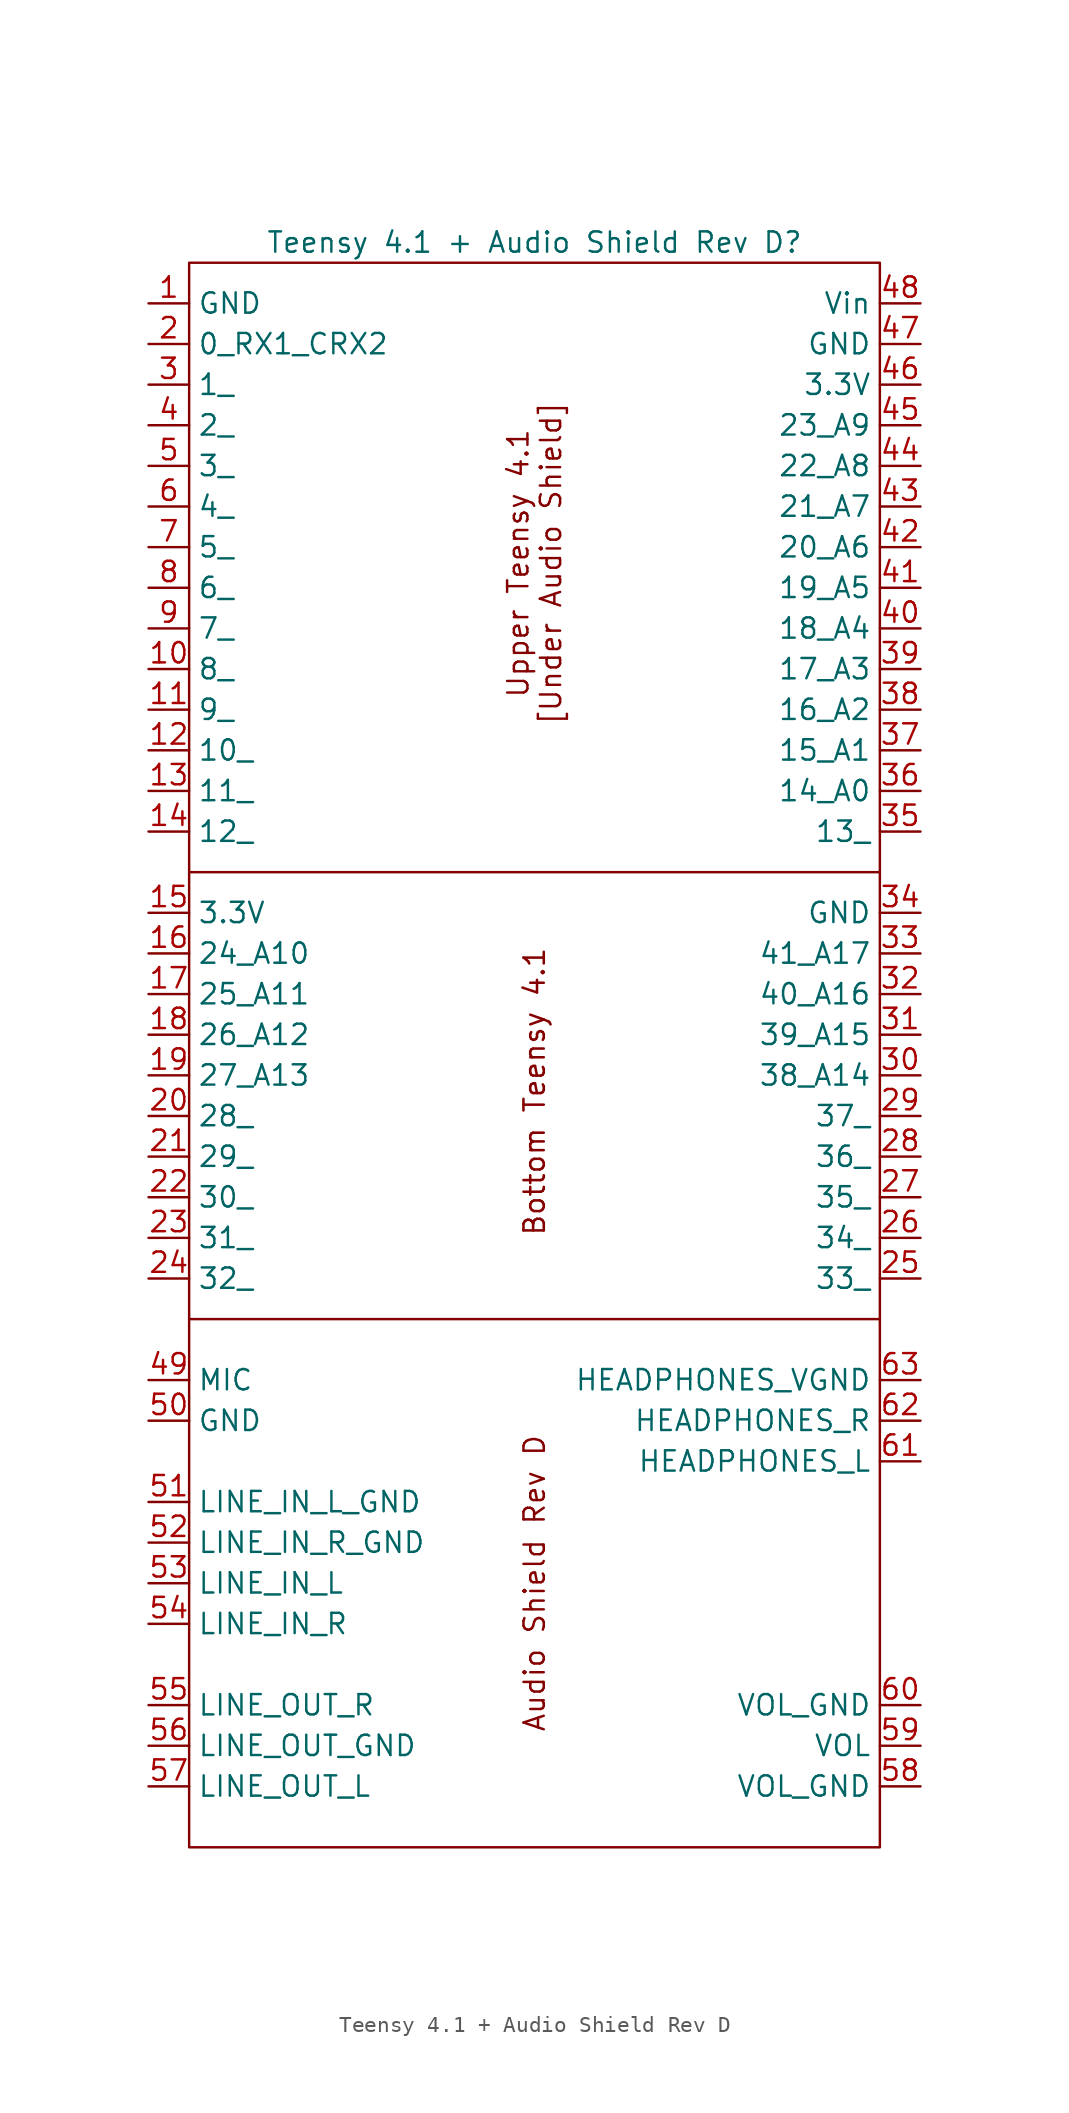
<source format=kicad_sym>
(kicad_symbol_lib
  (version 20241209)
  (generator "kicad_symbol_editor")
  (generator_version "9.0")
  (symbol "Teensy 4.1 + Audio Shield Rev D"
    (property "Reference" "Teensy 4.1 + Audio Shield Rev D"
      (at 0 50.8 0)
      (effects (font (size 1.27 1.27))))
    (property "Value" ""
      (at 0 19.05 0)
      (effects (font (size 1.27 1.27))))
    (symbol "Teensy 4.1 + Audio Shield Rev D_0_1"
      (rectangle (start -21.59 49.53) (end 21.59 -49.53) (stroke (width 0) (type default)) (fill (type none)))
      (polyline (pts (xy -21.59 11.43) (xy 21.59 11.43)) (stroke (width 0) (type default)) (fill (type none)))
      (polyline (pts (xy -21.59 -16.51) (xy 21.59 -16.51)) (stroke (width 0) (type default)) (fill (type none))))
    (symbol "Teensy 4.1 + Audio Shield Rev D_1_1"
      (text "Upper Teensy 4.1\n[Under Audio Shield]" (at 0 30.734 900) (effects (font (size 1.27 1.27))))
      (text "Bottom Teensy 4.1" (at 0 -2.286 900) (effects (font (size 1.27 1.27) (thickness 0.159))))
      (text "Audio Shield Rev D" (at 0 -33.02 900) (effects (font (size 1.27 1.27))))
      (pin power_in line (at -24.13 46.99 0) (length 2.54) (name "GND" (effects (font (size 1.27 1.27)))) (number "1" (effects (font (size 1.27 1.27)))))
      (pin bidirectional line (at -24.13 44.45 0) (length 2.54) (name "0_RX1_CRX2" (effects (font (size 1.27 1.27)))) (number "2" (effects (font (size 1.27 1.27)))))
      (pin bidirectional line (at -24.13 41.91 0) (length 2.54) (name "1_" (effects (font (size 1.27 1.27)))) (number "3" (effects (font (size 1.27 1.27)))))
      (pin bidirectional line (at -24.13 39.37 0) (length 2.54) (name "2_" (effects (font (size 1.27 1.27)))) (number "4" (effects (font (size 1.27 1.27)))))
      (pin bidirectional line (at -24.13 36.83 0) (length 2.54) (name "3_" (effects (font (size 1.27 1.27)))) (number "5" (effects (font (size 1.27 1.27)))))
      (pin bidirectional line (at -24.13 34.29 0) (length 2.54) (name "4_" (effects (font (size 1.27 1.27)))) (number "6" (effects (font (size 1.27 1.27)))))
      (pin bidirectional line (at -24.13 31.75 0) (length 2.54) (name "5_" (effects (font (size 1.27 1.27)))) (number "7" (effects (font (size 1.27 1.27)))))
      (pin bidirectional line (at -24.13 29.21 0) (length 2.54) (name "6_" (effects (font (size 1.27 1.27)))) (number "8" (effects (font (size 1.27 1.27)))))
      (pin bidirectional line (at -24.13 26.67 0) (length 2.54) (name "7_" (effects (font (size 1.27 1.27)))) (number "9" (effects (font (size 1.27 1.27)))))
      (pin bidirectional line (at -24.13 24.13 0) (length 2.54) (name "8_" (effects (font (size 1.27 1.27)))) (number "10" (effects (font (size 1.27 1.27)))))
      (pin bidirectional line (at -24.13 21.59 0) (length 2.54) (name "9_" (effects (font (size 1.27 1.27)))) (number "11" (effects (font (size 1.27 1.27)))))
      (pin bidirectional line (at -24.13 19.05 0) (length 2.54) (name "10_" (effects (font (size 1.27 1.27)))) (number "12" (effects (font (size 1.27 1.27)))))
      (pin bidirectional line (at -24.13 16.51 0) (length 2.54) (name "11_" (effects (font (size 1.27 1.27)))) (number "13" (effects (font (size 1.27 1.27)))))
      (pin bidirectional line (at -24.13 13.97 0) (length 2.54) (name "12_" (effects (font (size 1.27 1.27)))) (number "14" (effects (font (size 1.27 1.27)))))
      (pin power_in line (at -24.13 8.89 0) (length 2.54) (name "3.3V" (effects (font (size 1.27 1.27)))) (number "15" (effects (font (size 1.27 1.27)))))
      (pin bidirectional line (at -24.13 6.35 0) (length 2.54) (name "24_A10" (effects (font (size 1.27 1.27)))) (number "16" (effects (font (size 1.27 1.27)))))
      (pin bidirectional line (at -24.13 3.81 0) (length 2.54) (name "25_A11" (effects (font (size 1.27 1.27)))) (number "17" (effects (font (size 1.27 1.27)))))
      (pin bidirectional line (at -24.13 1.27 0) (length 2.54) (name "26_A12" (effects (font (size 1.27 1.27)))) (number "18" (effects (font (size 1.27 1.27)))))
      (pin bidirectional line (at -24.13 -1.27 0) (length 2.54) (name "27_A13" (effects (font (size 1.27 1.27)))) (number "19" (effects (font (size 1.27 1.27)))))
      (pin bidirectional line (at -24.13 -3.81 0) (length 2.54) (name "28_" (effects (font (size 1.27 1.27)))) (number "20" (effects (font (size 1.27 1.27)))))
      (pin bidirectional line (at -24.13 -6.35 0) (length 2.54) (name "29_" (effects (font (size 1.27 1.27)))) (number "21" (effects (font (size 1.27 1.27)))))
      (pin bidirectional line (at -24.13 -8.89 0) (length 2.54) (name "30_" (effects (font (size 1.27 1.27)))) (number "22" (effects (font (size 1.27 1.27)))))
      (pin bidirectional line (at -24.13 -11.43 0) (length 2.54) (name "31_" (effects (font (size 1.27 1.27)))) (number "23" (effects (font (size 1.27 1.27)))))
      (pin bidirectional line (at -24.13 -13.97 0) (length 2.54) (name "32_" (effects (font (size 1.27 1.27)))) (number "24" (effects (font (size 1.27 1.27)))))
      (pin bidirectional line (at -24.13 -20.32 0) (length 2.54) (name "MIC" (effects (font (size 1.27 1.27)))) (number "49" (effects (font (size 1.27 1.27)))))
      (pin power_in line (at -24.13 -22.86 0) (length 2.54) (name "GND" (effects (font (size 1.27 1.27)))) (number "50" (effects (font (size 1.27 1.27)))))
      (pin power_in line (at -24.13 -27.94 0) (length 2.54) (name "LINE_IN_L_GND" (effects (font (size 1.27 1.27)))) (number "51" (effects (font (size 1.27 1.27)))))
      (pin power_in line (at -24.13 -30.48 0) (length 2.54) (name "LINE_IN_R_GND" (effects (font (size 1.27 1.27)))) (number "52" (effects (font (size 1.27 1.27)))))
      (pin bidirectional line (at -24.13 -33.02 0) (length 2.54) (name "LINE_IN_L" (effects (font (size 1.27 1.27)))) (number "53" (effects (font (size 1.27 1.27)))))
      (pin bidirectional line (at -24.13 -35.56 0) (length 2.54) (name "LINE_IN_R" (effects (font (size 1.27 1.27)))) (number "54" (effects (font (size 1.27 1.27)))))
      (pin bidirectional line (at -24.13 -40.64 0) (length 2.54) (name "LINE_OUT_R" (effects (font (size 1.27 1.27)))) (number "55" (effects (font (size 1.27 1.27)))))
      (pin power_in line (at -24.13 -43.18 0) (length 2.54) (name "LINE_OUT_GND" (effects (font (size 1.27 1.27)))) (number "56" (effects (font (size 1.27 1.27)))))
      (pin bidirectional line (at -24.13 -45.72 0) (length 2.54) (name "LINE_OUT_L" (effects (font (size 1.27 1.27)))) (number "57" (effects (font (size 1.27 1.27)))))
      (pin power_in line (at 24.13 46.99 180) (length 2.54) (name "Vin" (effects (font (size 1.27 1.27)))) (number "48" (effects (font (size 1.27 1.27)))))
      (pin power_in line (at 24.13 44.45 180) (length 2.54) (name "GND" (effects (font (size 1.27 1.27)))) (number "47" (effects (font (size 1.27 1.27)))))
      (pin power_in line (at 24.13 41.91 180) (length 2.54) (name "3.3V" (effects (font (size 1.27 1.27)))) (number "46" (effects (font (size 1.27 1.27)))))
      (pin bidirectional line (at 24.13 39.37 180) (length 2.54) (name "23_A9" (effects (font (size 1.27 1.27)))) (number "45" (effects (font (size 1.27 1.27)))))
      (pin bidirectional line (at 24.13 36.83 180) (length 2.54) (name "22_A8" (effects (font (size 1.27 1.27)))) (number "44" (effects (font (size 1.27 1.27)))))
      (pin bidirectional line (at 24.13 34.29 180) (length 2.54) (name "21_A7" (effects (font (size 1.27 1.27)))) (number "43" (effects (font (size 1.27 1.27)))))
      (pin bidirectional line (at 24.13 31.75 180) (length 2.54) (name "20_A6" (effects (font (size 1.27 1.27)))) (number "42" (effects (font (size 1.27 1.27)))))
      (pin bidirectional line (at 24.13 29.21 180) (length 2.54) (name "19_A5" (effects (font (size 1.27 1.27)))) (number "41" (effects (font (size 1.27 1.27)))))
      (pin bidirectional line (at 24.13 26.67 180) (length 2.54) (name "18_A4" (effects (font (size 1.27 1.27)))) (number "40" (effects (font (size 1.27 1.27)))))
      (pin bidirectional line (at 24.13 24.13 180) (length 2.54) (name "17_A3" (effects (font (size 1.27 1.27)))) (number "39" (effects (font (size 1.27 1.27)))))
      (pin bidirectional line (at 24.13 21.59 180) (length 2.54) (name "16_A2" (effects (font (size 1.27 1.27)))) (number "38" (effects (font (size 1.27 1.27)))))
      (pin bidirectional line (at 24.13 19.05 180) (length 2.54) (name "15_A1" (effects (font (size 1.27 1.27)))) (number "37" (effects (font (size 1.27 1.27)))))
      (pin bidirectional line (at 24.13 16.51 180) (length 2.54) (name "14_A0" (effects (font (size 1.27 1.27)))) (number "36" (effects (font (size 1.27 1.27)))))
      (pin bidirectional line (at 24.13 13.97 180) (length 2.54) (name "13_" (effects (font (size 1.27 1.27)))) (number "35" (effects (font (size 1.27 1.27)))))
      (pin power_in line (at 24.13 8.89 180) (length 2.54) (name "GND" (effects (font (size 1.27 1.27)))) (number "34" (effects (font (size 1.27 1.27)))))
      (pin bidirectional line (at 24.13 6.35 180) (length 2.54) (name "41_A17" (effects (font (size 1.27 1.27)))) (number "33" (effects (font (size 1.27 1.27)))))
      (pin bidirectional line (at 24.13 3.81 180) (length 2.54) (name "40_A16" (effects (font (size 1.27 1.27)))) (number "32" (effects (font (size 1.27 1.27)))))
      (pin bidirectional line (at 24.13 1.27 180) (length 2.54) (name "39_A15" (effects (font (size 1.27 1.27)))) (number "31" (effects (font (size 1.27 1.27)))))
      (pin bidirectional line (at 24.13 -1.27 180) (length 2.54) (name "38_A14" (effects (font (size 1.27 1.27)))) (number "30" (effects (font (size 1.27 1.27)))))
      (pin bidirectional line (at 24.13 -3.81 180) (length 2.54) (name "37_" (effects (font (size 1.27 1.27)))) (number "29" (effects (font (size 1.27 1.27)))))
      (pin bidirectional line (at 24.13 -6.35 180) (length 2.54) (name "36_" (effects (font (size 1.27 1.27)))) (number "28" (effects (font (size 1.27 1.27)))))
      (pin bidirectional line (at 24.13 -8.89 180) (length 2.54) (name "35_" (effects (font (size 1.27 1.27)))) (number "27" (effects (font (size 1.27 1.27)))))
      (pin bidirectional line (at 24.13 -11.43 180) (length 2.54) (name "34_" (effects (font (size 1.27 1.27)))) (number "26" (effects (font (size 1.27 1.27)))))
      (pin bidirectional line (at 24.13 -13.97 180) (length 2.54) (name "33_" (effects (font (size 1.27 1.27)))) (number "25" (effects (font (size 1.27 1.27)))))
      (pin power_in line (at 24.13 -20.32 180) (length 2.54) (name "HEADPHONES_VGND" (effects (font (size 1.27 1.27)))) (number "63" (effects (font (size 1.27 1.27)))))
      (pin bidirectional line (at 24.13 -22.86 180) (length 2.54) (name "HEADPHONES_R" (effects (font (size 1.27 1.27)))) (number "62" (effects (font (size 1.27 1.27)))))
      (pin bidirectional line (at 24.13 -25.4 180) (length 2.54) (name "HEADPHONES_L" (effects (font (size 1.27 1.27)))) (number "61" (effects (font (size 1.27 1.27)))))
      (pin power_in line (at 24.13 -40.64 180) (length 2.54) (name "VOL_GND" (effects (font (size 1.27 1.27)))) (number "60" (effects (font (size 1.27 1.27)))))
      (pin bidirectional line (at 24.13 -43.18 180) (length 2.54) (name "VOL" (effects (font (size 1.27 1.27)))) (number "59" (effects (font (size 1.27 1.27)))))
      (pin power_in line (at 24.13 -45.72 180) (length 2.54) (name "VOL_GND" (effects (font (size 1.27 1.27)))) (number "58" (effects (font (size 1.27 1.27))))))))
</source>
